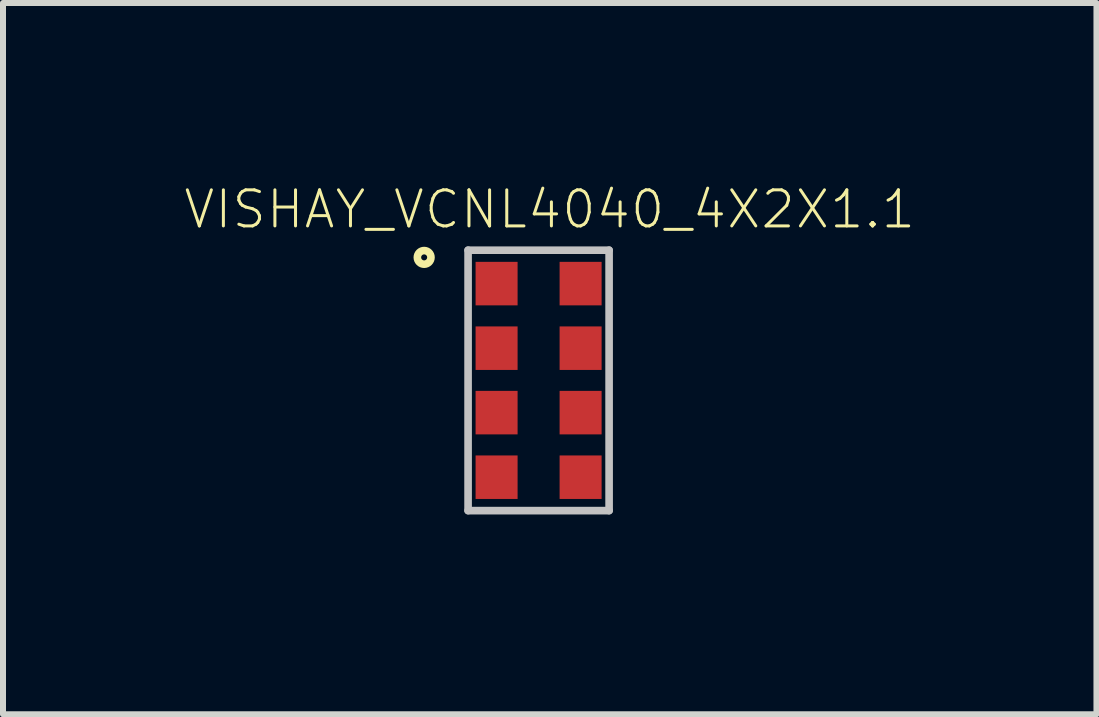
<source format=kicad_pcb>
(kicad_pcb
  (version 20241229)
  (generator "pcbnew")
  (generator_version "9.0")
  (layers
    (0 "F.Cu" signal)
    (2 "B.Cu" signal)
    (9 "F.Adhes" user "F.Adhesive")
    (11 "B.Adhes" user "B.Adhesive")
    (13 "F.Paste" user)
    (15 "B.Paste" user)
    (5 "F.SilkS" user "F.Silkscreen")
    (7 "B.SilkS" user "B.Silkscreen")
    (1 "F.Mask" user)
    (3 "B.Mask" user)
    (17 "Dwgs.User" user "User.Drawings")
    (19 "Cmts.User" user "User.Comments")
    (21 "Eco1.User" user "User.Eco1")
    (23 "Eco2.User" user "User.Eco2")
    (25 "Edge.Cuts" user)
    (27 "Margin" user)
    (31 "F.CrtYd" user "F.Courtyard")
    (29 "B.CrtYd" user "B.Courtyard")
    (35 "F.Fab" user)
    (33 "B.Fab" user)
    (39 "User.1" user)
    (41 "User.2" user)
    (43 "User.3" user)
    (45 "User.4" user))
  (footprint "VISHAY_VCNL4040_4X2X1.1"
    (layer "F.Cu")
    (at 5.925 3.289)
    (property "Reference" "VISHAY_VCNL4040_4X2X1.1" (at 0.185 -2.85 0) (layer "F.SilkS") (effects (font (size 0.601 0.601) (thickness 0.05))))
    (attr smd)
    (fp_circle (center -1.907 -2.05) (end -1.857 -2.05) (stroke (width 0.127) (type solid)) (fill no) (layer "F.SilkS"))
    (fp_line (start -1.175 -2.17) (end 1.175 -2.17) (stroke (width 0.127) (type solid)) (layer "Dwgs.User"))
    (fp_line (start -1.175 2.17) (end -1.175 -2.17) (stroke (width 0.127) (type solid)) (layer "Dwgs.User"))
    (fp_line (start 1.175 -2.17) (end 1.175 2.17) (stroke (width 0.127) (type solid)) (layer "Dwgs.User"))
    (fp_line (start 1.175 2.17) (end -1.175 2.17) (stroke (width 0.127) (type solid)) (layer "Dwgs.User"))
    (fp_line (start -1.5 -2.5) (end 1.5 -2.5) (stroke (width 0.127) (type solid)) (layer "Eco1.User"))
    (fp_line (start -1.5 2.5) (end -1.5 -2.5) (stroke (width 0.127) (type solid)) (layer "Eco1.User"))
    (fp_line (start 1.5 -2.5) (end 1.5 2.5) (stroke (width 0.127) (type solid)) (layer "Eco1.User"))
    (fp_line (start 1.5 2.5) (end -1.5 2.5) (stroke (width 0.127) (type solid)) (layer "Eco1.User"))
    (pad "1" smd rect (at -0.7 -1.613) (size 0.7 0.725) (layers "F.Cu" "F.Mask" "F.Paste"))
    (pad "2" smd rect (at -0.7 -0.537) (size 0.7 0.725) (layers "F.Cu" "F.Mask" "F.Paste"))
    (pad "3" smd rect (at -0.7 0.537) (size 0.7 0.725) (layers "F.Cu" "F.Mask" "F.Paste"))
    (pad "4" smd rect (at -0.7 1.613) (size 0.7 0.725) (layers "F.Cu" "F.Mask" "F.Paste"))
    (pad "5" smd rect (at 0.7 1.613) (size 0.7 0.725) (layers "F.Cu" "F.Mask" "F.Paste"))
    (pad "6" smd rect (at 0.7 0.537) (size 0.7 0.725) (layers "F.Cu" "F.Mask" "F.Paste"))
    (pad "7" smd rect (at 0.7 -0.537) (size 0.7 0.725) (layers "F.Cu" "F.Mask" "F.Paste"))
    (pad "8" smd rect (at 0.7 -1.613) (size 0.7 0.725) (layers "F.Cu" "F.Mask" "F.Paste")))
  (gr_rect
    (start -3 -3)
    (end 15.221 8.852)
    (stroke (width 0.1) (type default))
    (fill no)
    (layer "Edge.Cuts")))
</source>
